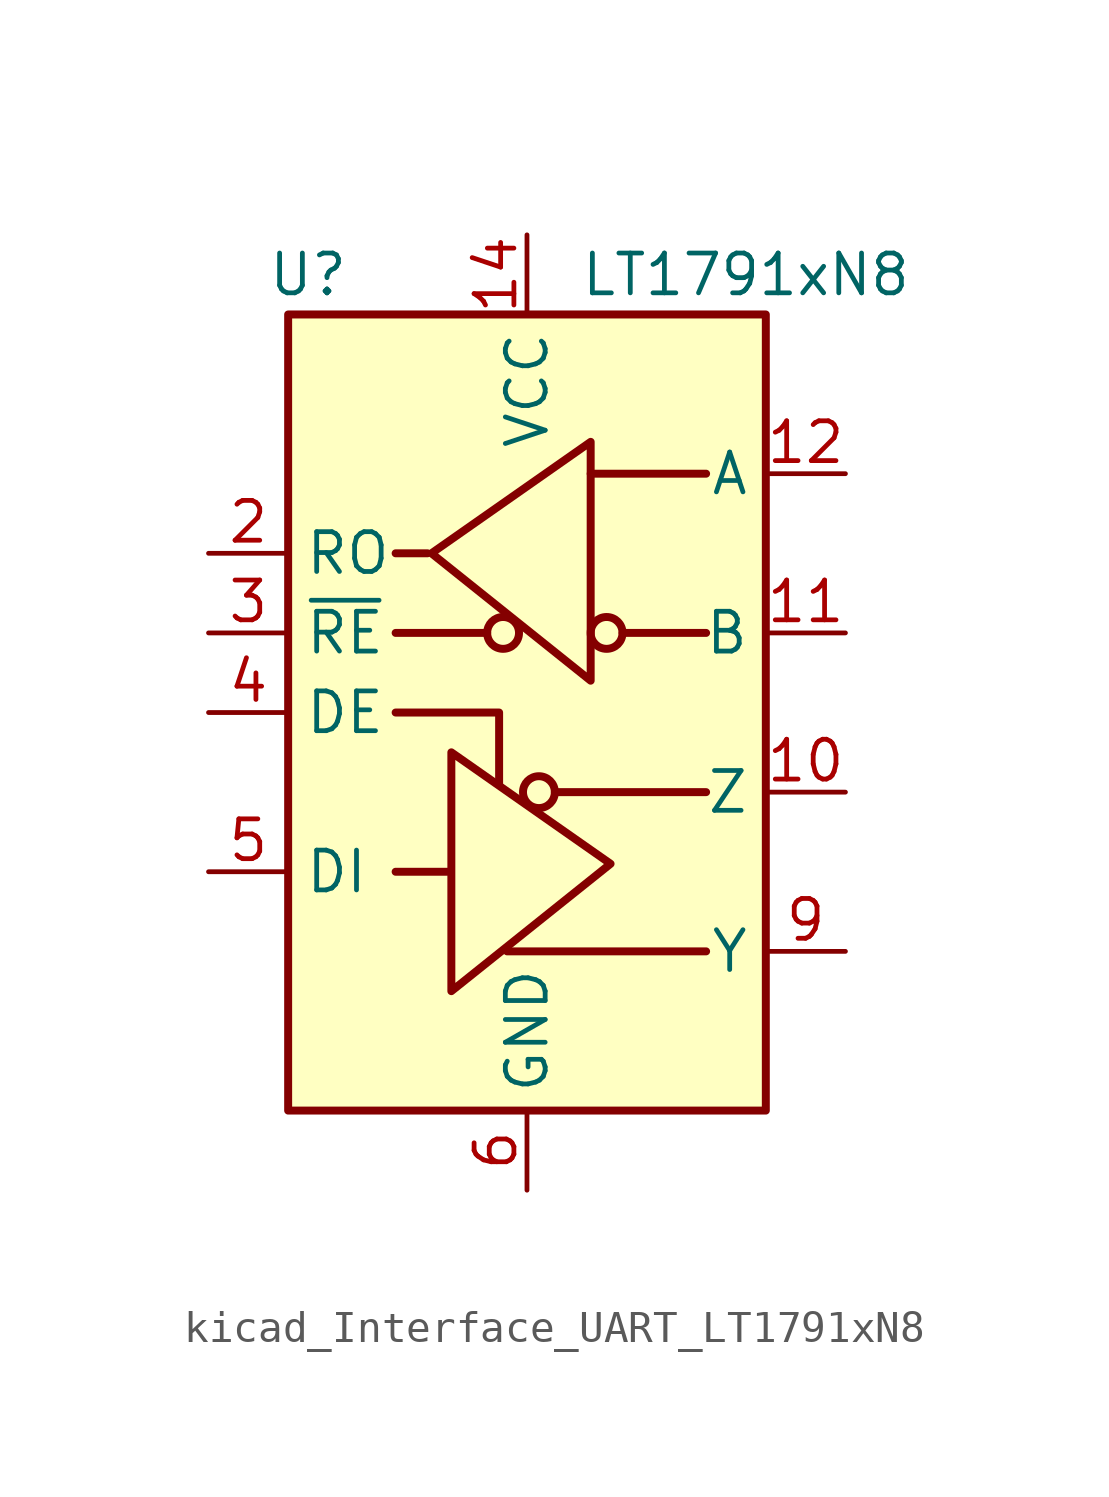
<source format=kicad_sym>
(kicad_symbol_lib
  (version 20220914)
  (generator kicad_symbol_editor)
  (symbol "kicad_Interface_UART_LT1791xN8"
    (property "Reference" "U"
      (at -6.985 13.97 0)
      (effects (font (size 1.27 1.27))))
    (property "Value" "LT1791xN8"
      (at 6.985 13.97 0)
      (effects (font (size 1.27 1.27))))
    (symbol "kicad_Interface_UART_LT1791xN8_0_1"
      (rectangle (start -7.62 12.7) (end 7.62 -12.7) (stroke (width 0.254) (type default)) (fill (type background))))
    (symbol "kicad_Interface_UART_LT1791xN8_1_1"
      (circle (center -0.762 2.54) (radius 0.508) (stroke (width 0.254) (type default)) (fill (type none)))
      (polyline (pts (xy -4.191 2.54) (xy -1.27 2.54)) (stroke (width 0.254) (type default)) (fill (type none)))
      (polyline (pts (xy -2.54 -5.08) (xy -4.191 -5.08)) (stroke (width 0.254) (type default)) (fill (type none)))
      (polyline (pts (xy -0.635 -7.62) (xy 5.715 -7.62)) (stroke (width 0.254) (type default)) (fill (type none)))
      (polyline (pts (xy 0.889 -2.54) (xy 5.715 -2.54)) (stroke (width 0.254) (type default)) (fill (type none)))
      (polyline (pts (xy 2.032 7.62) (xy 5.715 7.62)) (stroke (width 0.254) (type default)) (fill (type none)))
      (polyline (pts (xy 3.048 2.54) (xy 5.715 2.54)) (stroke (width 0.254) (type default)) (fill (type none)))
      (polyline (pts (xy -4.191 0) (xy -0.889 0) (xy -0.889 -2.286)) (stroke (width 0.254) (type default)) (fill (type none)))
      (polyline (pts (xy -3.175 5.08) (xy -4.191 5.08) (xy -4.064 5.08)) (stroke (width 0.254) (type default)) (fill (type none)))
      (polyline (pts (xy -2.413 -5.08) (xy -2.413 -1.27) (xy 2.667 -4.826) (xy -2.413 -8.89) (xy -2.413 -5.08)) (stroke (width 0.254) (type default)) (fill (type none)))
      (polyline (pts (xy 2.032 4.826) (xy 2.032 8.636) (xy -3.048 5.08) (xy 2.032 1.016) (xy 2.032 4.826)) (stroke (width 0.254) (type default)) (fill (type none)))
      (circle (center 0.381 -2.54) (radius 0.508) (stroke (width 0.254) (type default)) (fill (type none)))
      (circle (center 2.54 2.54) (radius 0.508) (stroke (width 0.254) (type default)) (fill (type none)))
      (pin no_connect line (at -7.62 -10.16 0) (length 2.54) hide (name "NC" (effects (font (size 1.27 1.27)))) (number "1" (effects (font (size 1.27 1.27)))))
      (pin output line (at 10.16 -2.54 180) (length 2.54) (name "Z" (effects (font (size 1.27 1.27)))) (number "10" (effects (font (size 1.27 1.27)))))
      (pin input line (at 10.16 2.54 180) (length 2.54) (name "B" (effects (font (size 1.27 1.27)))) (number "11" (effects (font (size 1.27 1.27)))))
      (pin input line (at 10.16 7.62 180) (length 2.54) (name "A" (effects (font (size 1.27 1.27)))) (number "12" (effects (font (size 1.27 1.27)))))
      (pin no_connect line (at -7.62 7.62 0) (length 2.54) hide (name "NC" (effects (font (size 1.27 1.27)))) (number "13" (effects (font (size 1.27 1.27)))))
      (pin power_in line (at 0 15.24 270) (length 2.54) (name "VCC" (effects (font (size 1.27 1.27)))) (number "14" (effects (font (size 1.27 1.27)))))
      (pin output line (at -10.16 5.08 0) (length 2.54) (name "RO" (effects (font (size 1.27 1.27)))) (number "2" (effects (font (size 1.27 1.27)))))
      (pin input line (at -10.16 2.54 0) (length 2.54) (name "~{RE}" (effects (font (size 1.27 1.27)))) (number "3" (effects (font (size 1.27 1.27)))))
      (pin input line (at -10.16 0 0) (length 2.54) (name "DE" (effects (font (size 1.27 1.27)))) (number "4" (effects (font (size 1.27 1.27)))))
      (pin input line (at -10.16 -5.08 0) (length 2.54) (name "DI" (effects (font (size 1.27 1.27)))) (number "5" (effects (font (size 1.27 1.27)))))
      (pin power_in line (at 0 -15.24 90) (length 2.54) (name "GND" (effects (font (size 1.27 1.27)))) (number "6" (effects (font (size 1.27 1.27)))))
      (pin passive line (at 0 -15.24 90) (length 2.54) hide (name "GND" (effects (font (size 1.27 1.27)))) (number "7" (effects (font (size 1.27 1.27)))))
      (pin no_connect line (at -7.62 -7.62 0) (length 2.54) hide (name "NC" (effects (font (size 1.27 1.27)))) (number "8" (effects (font (size 1.27 1.27)))))
      (pin output line (at 10.16 -7.62 180) (length 2.54) (name "Y" (effects (font (size 1.27 1.27)))) (number "9" (effects (font (size 1.27 1.27))))))))
</source>
